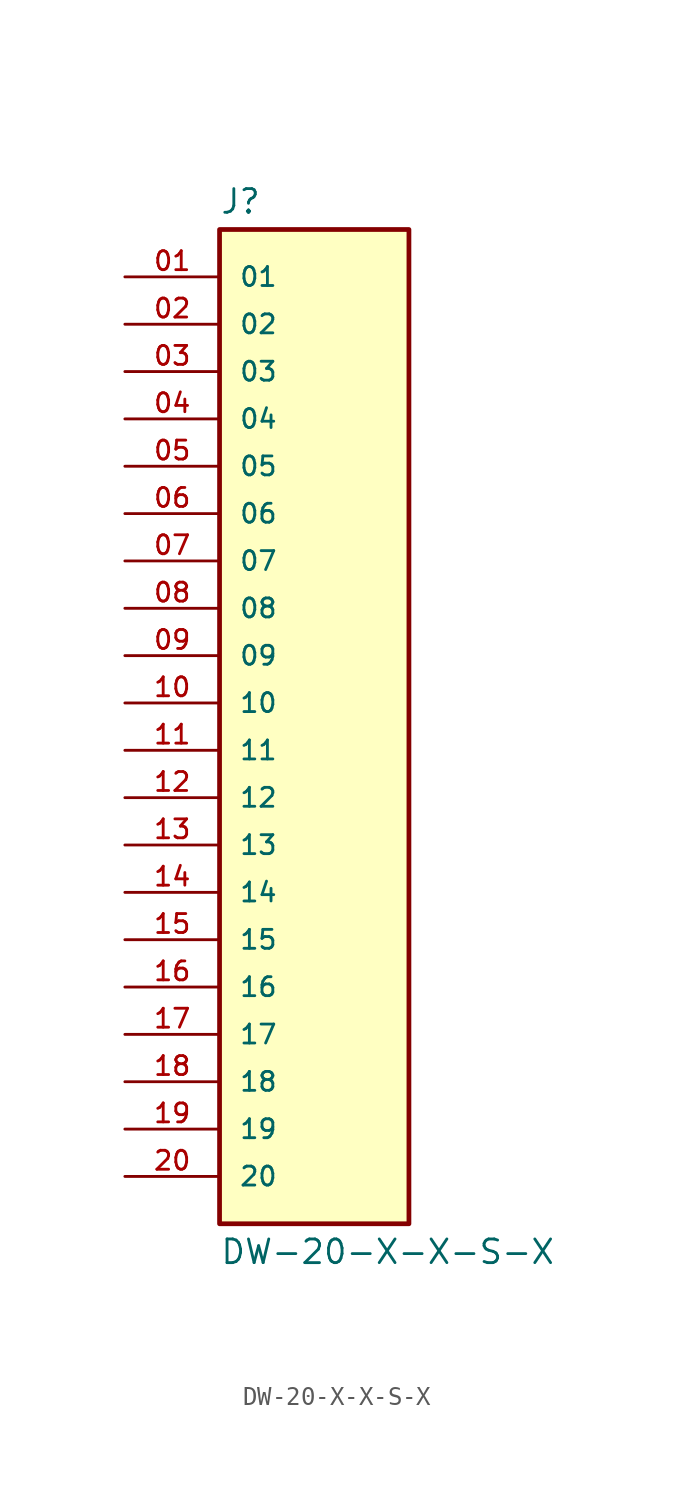
<source format=kicad_sym>
(kicad_symbol_lib
  (version 20211014)
  (generator kicad_symbol_editor)
  (symbol "DW-20-X-X-S-X"
    (pin_names
      (offset 1.016))
    (property "Reference" "J"
      (at -5.08 26.162 0)
      (effects (font (size 1.27 1.27)) (justify bottom left)))
    (property "Value" "DW-20-X-X-S-X"
      (at -5.08 -28.702 0)
      (effects (font (size 1.27 1.27)) (justify top left)))
    (symbol "DW-20-X-X-S-X_0_0"
      (rectangle (start -5.08 -27.94) (end 5.08 25.4) (stroke (width 0.254)) (fill (type background)))
      (pin passive line (at -10.16 22.86 0) (length 5.08) (name "01" (effects (font (size 1.016 1.016)))) (number "01" (effects (font (size 1.016 1.016)))))
      (pin passive line (at -10.16 20.32 0) (length 5.08) (name "02" (effects (font (size 1.016 1.016)))) (number "02" (effects (font (size 1.016 1.016)))))
      (pin passive line (at -10.16 17.78 0) (length 5.08) (name "03" (effects (font (size 1.016 1.016)))) (number "03" (effects (font (size 1.016 1.016)))))
      (pin passive line (at -10.16 15.24 0) (length 5.08) (name "04" (effects (font (size 1.016 1.016)))) (number "04" (effects (font (size 1.016 1.016)))))
      (pin passive line (at -10.16 12.7 0) (length 5.08) (name "05" (effects (font (size 1.016 1.016)))) (number "05" (effects (font (size 1.016 1.016)))))
      (pin passive line (at -10.16 10.16 0) (length 5.08) (name "06" (effects (font (size 1.016 1.016)))) (number "06" (effects (font (size 1.016 1.016)))))
      (pin passive line (at -10.16 7.62 0) (length 5.08) (name "07" (effects (font (size 1.016 1.016)))) (number "07" (effects (font (size 1.016 1.016)))))
      (pin passive line (at -10.16 5.08 0) (length 5.08) (name "08" (effects (font (size 1.016 1.016)))) (number "08" (effects (font (size 1.016 1.016)))))
      (pin passive line (at -10.16 2.54 0) (length 5.08) (name "09" (effects (font (size 1.016 1.016)))) (number "09" (effects (font (size 1.016 1.016)))))
      (pin passive line (at -10.16 0.0 0) (length 5.08) (name "10" (effects (font (size 1.016 1.016)))) (number "10" (effects (font (size 1.016 1.016)))))
      (pin passive line (at -10.16 -2.54 0) (length 5.08) (name "11" (effects (font (size 1.016 1.016)))) (number "11" (effects (font (size 1.016 1.016)))))
      (pin passive line (at -10.16 -5.08 0) (length 5.08) (name "12" (effects (font (size 1.016 1.016)))) (number "12" (effects (font (size 1.016 1.016)))))
      (pin passive line (at -10.16 -7.62 0) (length 5.08) (name "13" (effects (font (size 1.016 1.016)))) (number "13" (effects (font (size 1.016 1.016)))))
      (pin passive line (at -10.16 -10.16 0) (length 5.08) (name "14" (effects (font (size 1.016 1.016)))) (number "14" (effects (font (size 1.016 1.016)))))
      (pin passive line (at -10.16 -12.7 0) (length 5.08) (name "15" (effects (font (size 1.016 1.016)))) (number "15" (effects (font (size 1.016 1.016)))))
      (pin passive line (at -10.16 -15.24 0) (length 5.08) (name "16" (effects (font (size 1.016 1.016)))) (number "16" (effects (font (size 1.016 1.016)))))
      (pin passive line (at -10.16 -17.78 0) (length 5.08) (name "17" (effects (font (size 1.016 1.016)))) (number "17" (effects (font (size 1.016 1.016)))))
      (pin passive line (at -10.16 -20.32 0) (length 5.08) (name "18" (effects (font (size 1.016 1.016)))) (number "18" (effects (font (size 1.016 1.016)))))
      (pin passive line (at -10.16 -22.86 0) (length 5.08) (name "19" (effects (font (size 1.016 1.016)))) (number "19" (effects (font (size 1.016 1.016)))))
      (pin passive line (at -10.16 -25.4 0) (length 5.08) (name "20" (effects (font (size 1.016 1.016)))) (number "20" (effects (font (size 1.016 1.016))))))))
</source>
